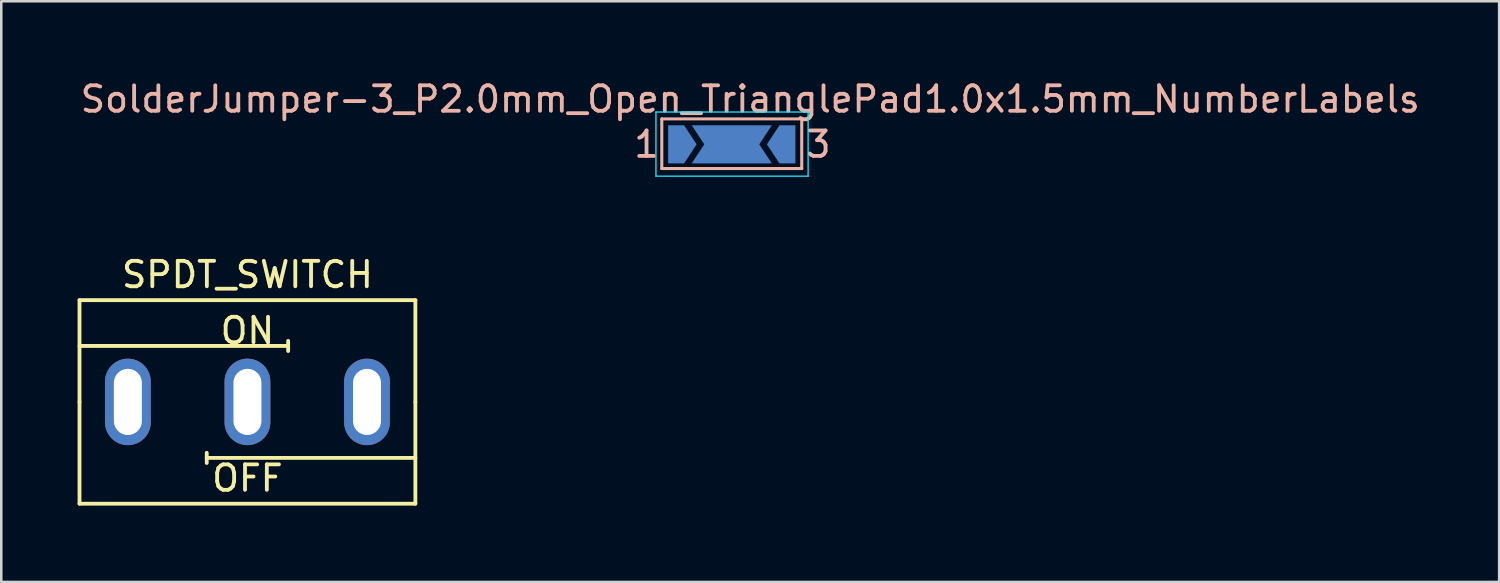
<source format=kicad_pcb>
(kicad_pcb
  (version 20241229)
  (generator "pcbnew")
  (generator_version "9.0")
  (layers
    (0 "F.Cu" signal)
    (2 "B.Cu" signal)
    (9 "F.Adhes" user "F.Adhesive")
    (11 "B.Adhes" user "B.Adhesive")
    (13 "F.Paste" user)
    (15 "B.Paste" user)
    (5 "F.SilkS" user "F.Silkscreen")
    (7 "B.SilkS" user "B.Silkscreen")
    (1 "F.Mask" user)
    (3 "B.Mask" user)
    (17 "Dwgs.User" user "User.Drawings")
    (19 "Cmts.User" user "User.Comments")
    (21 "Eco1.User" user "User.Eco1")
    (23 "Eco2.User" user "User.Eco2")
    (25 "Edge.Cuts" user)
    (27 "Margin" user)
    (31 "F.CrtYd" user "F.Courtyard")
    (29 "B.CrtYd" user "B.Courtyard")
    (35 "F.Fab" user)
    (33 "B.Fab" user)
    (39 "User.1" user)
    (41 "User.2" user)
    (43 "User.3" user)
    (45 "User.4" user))
  (footprint "SolderJumper-3_P2.0mm_Open_TrianglePad1.0x1.5mm_NumberLabels"
    (layer "F.Cu")
    (at 25.71 2.623)
    (property "Reference" "SolderJumper-3_P2.0mm_Open_TrianglePad1.0x1.5mm_NumberLabels" (at 0.725 -1.775 0) (layer "B.SilkS") (effects (font (size 1 1) (thickness 0.15))))
    (attr exclude_from_pos_files exclude_from_bom)
    (fp_line (start -2.75 -1) (end 2.75 -1) (stroke (width 0.12) (type solid)) (layer "B.SilkS"))
    (fp_line (start -2.75 0.95) (end -2.75 -1) (stroke (width 0.12) (type solid)) (layer "B.SilkS"))
    (fp_line (start 2.75 -1) (end 2.75 0.95) (stroke (width 0.12) (type solid)) (layer "B.SilkS"))
    (fp_line (start 2.75 0.95) (end -2.75 0.95) (stroke (width 0.12) (type solid)) (layer "B.SilkS"))
    (fp_line (start -2.98 -1.27) (end -2.98 1.25) (stroke (width 0.05) (type solid)) (layer "B.CrtYd"))
    (fp_line (start -2.98 -1.27) (end 3 -1.27) (stroke (width 0.05) (type solid)) (layer "B.CrtYd"))
    (fp_line (start 3 1.25) (end -2.98 1.25) (stroke (width 0.05) (type solid)) (layer "B.CrtYd"))
    (fp_line (start 3 1.25) (end 3 -1.27) (stroke (width 0.05) (type solid)) (layer "B.CrtYd"))
    (fp_text user "3" (at 3.4 0 0) (layer "B.SilkS") (effects (font (size 1 1) (thickness 0.15))))
    (fp_text user "1" (at -3.35 0 0) (layer "B.SilkS") (effects (font (size 1 1) (thickness 0.15))))
    (pad "" smd rect (at -1.524 0) (size 1.5 1.5) (layers "B.Mask"))
    (pad "" smd rect (at 1.524 0) (size 1.5 1.5) (layers "B.Mask"))
    (pad "1" smd custom (at -2 0) (size 0.3 0.3) (layers "B.Cu" "B.Mask") (options (anchor rect)) (primitives (gr_poly (pts (xy -0.5 -0.75) (xy 0.125 -0.75) (xy 0.619 0) (xy 0.125 0.75) (xy -0.5 0.75)) (width 0) (fill yes))))
    (pad "2" smd custom (at 0 0) (size 0.3 0.3) (layers "B.Cu") (options (anchor rect)) (primitives (gr_poly (pts (xy -1.575 -0.75) (xy 1.575 -0.75) (xy 1.081 0) (xy 1.575 0.75) (xy -1.575 0.75) (xy -1.081 0)) (width 0) (fill yes))))
    (pad "3" smd custom (at 2 0 180) (size 0.3 0.3) (layers "B.Cu" "B.Mask") (options (anchor rect)) (primitives (gr_poly (pts (xy -0.5 -0.75) (xy 0.125 -0.75) (xy 0.619 0) (xy 0.125 0.75) (xy -0.5 0.75)) (width 0) (fill yes)))))
  (footprint "SPDT_SWITCH"
    (layer "F.Cu")
    (at 6.675 12.746)
    (property "Reference" "SPDT_SWITCH" (at 0 -5 0) (layer "F.SilkS") (effects (font (size 1 1) (thickness 0.15))))
    (attr through_hole)
    (fp_line (start -6.6 -4) (end 6.6 -4) (stroke (width 0.15) (type solid)) (layer "F.SilkS"))
    (fp_line (start -6.6 -2.2) (end 1.6 -2.2) (stroke (width 0.15) (type solid)) (layer "F.SilkS"))
    (fp_line (start -6.6 0) (end -6.6 -4) (stroke (width 0.15) (type solid)) (layer "F.SilkS"))
    (fp_line (start -6.6 4) (end -6.6 0) (stroke (width 0.15) (type solid)) (layer "F.SilkS"))
    (fp_line (start -6.6 4) (end 6.6 4) (stroke (width 0.15) (type solid)) (layer "F.SilkS"))
    (fp_line (start -1.6 2) (end -1.6 2.4) (stroke (width 0.15) (type solid)) (layer "F.SilkS"))
    (fp_line (start -1.6 2.2) (end 6.6 2.2) (stroke (width 0.15) (type solid)) (layer "F.SilkS"))
    (fp_line (start 1.6 -2.4) (end 1.6 -2) (stroke (width 0.15) (type solid)) (layer "F.SilkS"))
    (fp_line (start 6.6 0) (end 6.6 -4) (stroke (width 0.15) (type solid)) (layer "F.SilkS"))
    (fp_line (start 6.6 4) (end 6.6 0) (stroke (width 0.15) (type solid)) (layer "F.SilkS"))
    (fp_text user "OFF" (at 0 3 0) (layer "F.SilkS") (effects (font (size 1 1) (thickness 0.15))))
    (fp_text user "ON" (at 0 -2.8 0) (layer "F.SilkS") (effects (font (size 1 1) (thickness 0.15))))
    (pad "1" thru_hole oval (at -4.699 0) (size 1.8 3.4) (drill oval 1.1 2.6) (layers "*.Cu" "*.Mask"))
    (pad "2" thru_hole oval (at 0 0) (size 1.8 3.4) (drill oval 1.1 2.6) (layers "*.Cu" "*.Mask"))
    (pad "3" thru_hole oval (at 4.699 0) (size 1.8 3.4) (drill oval 1.1 2.6) (layers "*.Cu" "*.Mask")))
  (gr_rect
    (start -3 -3)
    (end 55.869 19.822)
    (stroke (width 0.1) (type default))
    (fill no)
    (layer "Edge.Cuts")))
</source>
